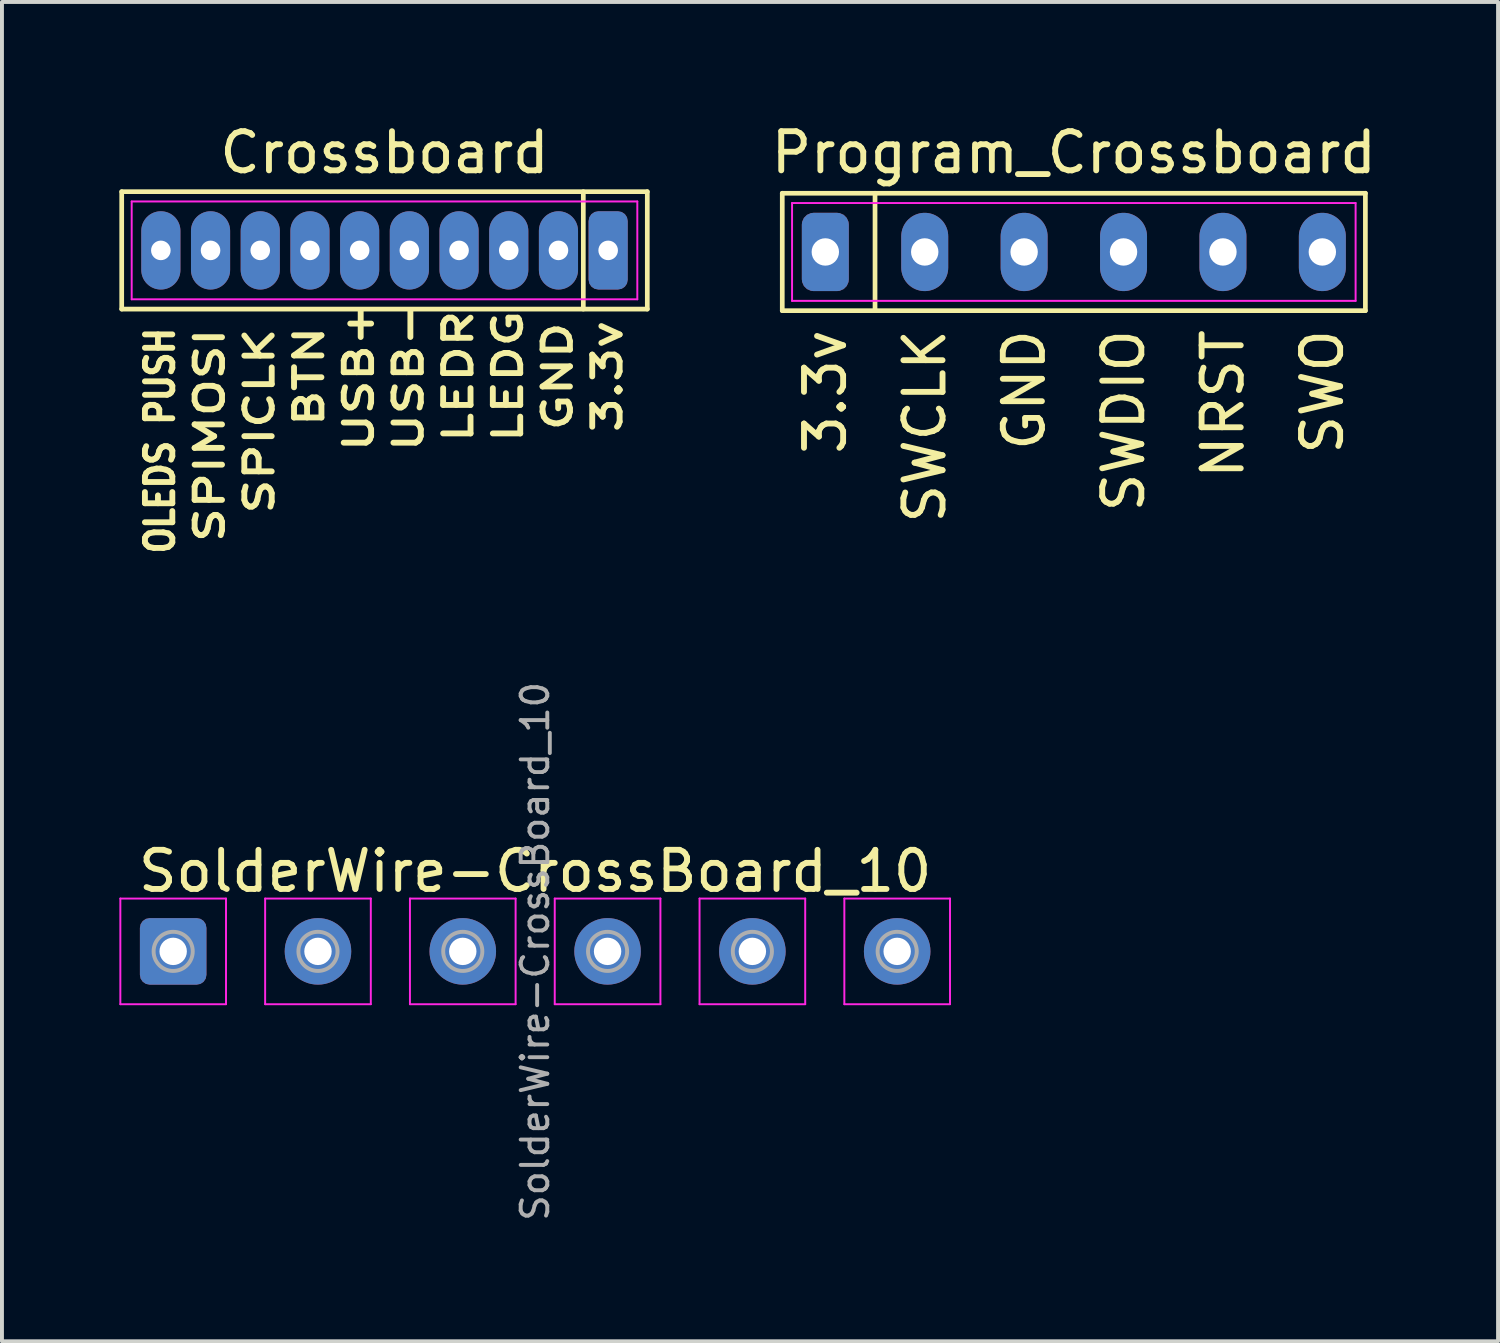
<source format=kicad_pcb>
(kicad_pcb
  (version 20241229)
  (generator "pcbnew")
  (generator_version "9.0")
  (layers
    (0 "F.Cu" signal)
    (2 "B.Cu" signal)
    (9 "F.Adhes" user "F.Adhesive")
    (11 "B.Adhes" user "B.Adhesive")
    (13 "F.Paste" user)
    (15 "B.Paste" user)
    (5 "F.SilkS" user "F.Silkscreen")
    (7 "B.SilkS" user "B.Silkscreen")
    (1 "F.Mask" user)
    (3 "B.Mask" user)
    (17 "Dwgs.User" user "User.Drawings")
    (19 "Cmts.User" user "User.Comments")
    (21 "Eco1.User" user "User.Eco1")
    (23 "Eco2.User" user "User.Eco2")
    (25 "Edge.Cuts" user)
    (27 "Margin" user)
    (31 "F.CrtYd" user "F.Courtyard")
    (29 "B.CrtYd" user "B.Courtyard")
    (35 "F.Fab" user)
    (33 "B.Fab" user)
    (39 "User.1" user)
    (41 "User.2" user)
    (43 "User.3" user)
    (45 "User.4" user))
  (footprint "Program_Crossboard"
    (layer "F.Cu")
    (at 24.389 3.388)
    (property "Reference" "Program_Crossboard" (at 0 -2.54 0) (layer "F.SilkS") (effects (font (size 1 1) (thickness 0.15))))
    (attr through_hole)
    (fp_line (start -7.45 -1.5) (end 7.45 -1.5) (stroke (width 0.12) (type solid)) (layer "F.SilkS"))
    (fp_line (start -7.45 1.5) (end -7.45 -1.5) (stroke (width 0.12) (type solid)) (layer "F.SilkS"))
    (fp_line (start -5.08 -1.5) (end -5.08 1.5) (stroke (width 0.12) (type solid)) (layer "F.SilkS"))
    (fp_line (start 7.45 -1.5) (end 7.45 1.5) (stroke (width 0.12) (type solid)) (layer "F.SilkS"))
    (fp_line (start 7.45 1.5) (end -7.45 1.5) (stroke (width 0.12) (type solid)) (layer "F.SilkS"))
    (fp_line (start -7.2 -1.25) (end 7.2 -1.25) (stroke (width 0.05) (type solid)) (layer "F.CrtYd"))
    (fp_line (start -7.2 1.25) (end -7.2 -1.25) (stroke (width 0.05) (type solid)) (layer "F.CrtYd"))
    (fp_line (start 7.2 -1.25) (end 7.2 1.25) (stroke (width 0.05) (type solid)) (layer "F.CrtYd"))
    (fp_line (start 7.2 1.25) (end -7.2 1.25) (stroke (width 0.05) (type solid)) (layer "F.CrtYd"))
    (fp_text user "GND" (at -1.27 1.905 90) (layer "F.SilkS") (effects (font (size 1 1) (thickness 0.15)) (justify right)))
    (fp_text user "SWCLK" (at -3.81 1.905 90) (layer "F.SilkS") (effects (font (size 1 1) (thickness 0.15)) (justify right)))
    (fp_text user "SWDIO" (at 1.27 1.905 90) (layer "F.SilkS") (effects (font (size 1 1) (thickness 0.15)) (justify right)))
    (fp_text user "SWO" (at 6.35 1.905 90) (layer "F.SilkS") (effects (font (size 1 1) (thickness 0.15)) (justify right)))
    (fp_text user "NRST" (at 3.81 1.905 90) (layer "F.SilkS") (effects (font (size 1 1) (thickness 0.15)) (justify right)))
    (fp_text user "3.3v" (at -6.35 1.905 90) (layer "F.SilkS") (effects (font (size 1 1) (thickness 0.15)) (justify right)))
    (pad "1" thru_hole roundrect (at -6.35 0) (size 1.2 2) (drill 0.7) (layers "*.Cu" "*.Mask") (roundrect_rratio 0.25))
    (pad "2" thru_hole oval (at -3.81 0) (size 1.2 2) (drill 0.7) (layers "*.Cu" "*.Mask"))
    (pad "3" thru_hole oval (at -1.27 0) (size 1.2 2) (drill 0.7) (layers "*.Cu" "*.Mask"))
    (pad "4" thru_hole oval (at 1.27 0) (size 1.2 2) (drill 0.7) (layers "*.Cu" "*.Mask"))
    (pad "5" thru_hole oval (at 3.81 0) (size 1.2 2) (drill 0.7) (layers "*.Cu" "*.Mask"))
    (pad "6" thru_hole oval (at 6.35 0) (size 1.2 2) (drill 0.7) (layers "*.Cu" "*.Mask")))
  (footprint "Crossboard"
    (layer "F.Cu")
    (at 12.492 3.348)
    (property "Reference" "Crossboard" (at -5.717 -2.5 180) (layer "F.SilkS") (effects (font (size 1 1) (thickness 0.15))))
    (attr through_hole)
    (fp_line (start -12.432 -1.5) (end 0.998 -1.5) (stroke (width 0.12) (type solid)) (layer "F.SilkS"))
    (fp_line (start -12.432 1.5) (end -12.432 -1.5) (stroke (width 0.12) (type solid)) (layer "F.SilkS"))
    (fp_line (start -0.637 1.5) (end -0.637 -1.5) (stroke (width 0.12) (type solid)) (layer "F.SilkS"))
    (fp_line (start 0.998 -1.5) (end 0.998 1.5) (stroke (width 0.12) (type solid)) (layer "F.SilkS"))
    (fp_line (start 0.998 1.5) (end -12.432 1.5) (stroke (width 0.12) (type solid)) (layer "F.SilkS"))
    (fp_line (start -12.177 -1.25) (end 0.743 -1.25) (stroke (width 0.05) (type solid)) (layer "F.CrtYd"))
    (fp_line (start -12.177 1.25) (end -12.177 -1.25) (stroke (width 0.05) (type solid)) (layer "F.CrtYd"))
    (fp_line (start 0.743 -1.25) (end 0.743 1.25) (stroke (width 0.05) (type solid)) (layer "F.CrtYd"))
    (fp_line (start 0.743 1.25) (end -12.177 1.25) (stroke (width 0.05) (type solid)) (layer "F.CrtYd"))
    (fp_text user "LEDR" (at -3.835 3.22 90) (layer "F.SilkS") (effects (font (size 0.7 0.9) (thickness 0.15))))
    (fp_text user "BTN" (at -7.645 3.22 90) (layer "F.SilkS") (effects (font (size 0.7 0.9) (thickness 0.15))))
    (fp_text user "SPICLK" (at -8.915 1.905 90) (layer "F.SilkS") (effects (font (size 0.7 0.9) (thickness 0.15)) (justify right)))
    (fp_text user "3.3v" (at -0.025 3.22 90) (layer "F.SilkS") (effects (font (size 0.7 0.9) (thickness 0.15))))
    (fp_text user "OLEDS PUSH" (at -11.455 1.905 90) (layer "F.SilkS") (effects (font (size 0.7 0.6) (thickness 0.15)) (justify right)))
    (fp_text user "USB+" (at -6.375 3.22 90) (layer "F.SilkS") (effects (font (size 0.7 0.9) (thickness 0.15))))
    (fp_text user "USB-" (at -5.105 3.22 90) (layer "F.SilkS") (effects (font (size 0.7 0.9) (thickness 0.15))))
    (fp_text user "LEDG" (at -2.565 3.22 90) (layer "F.SilkS") (effects (font (size 0.7 0.9) (thickness 0.15))))
    (fp_text user "SPIMOSI" (at -10.185 1.905 90) (layer "F.SilkS") (effects (font (size 0.7 0.9) (thickness 0.15)) (justify right)))
    (fp_text user "GND" (at -1.295 3.22 90) (layer "F.SilkS") (effects (font (size 0.7 0.9) (thickness 0.15))))
    (pad "1" thru_hole roundrect (at -0.002 0 180) (size 1 2) (drill 0.5) (layers "*.Cu" "*.Mask") (roundrect_rratio 0.25))
    (pad "2" thru_hole oval (at -1.272 0 180) (size 1 2) (drill 0.5) (layers "*.Cu" "*.Mask"))
    (pad "3" thru_hole oval (at -2.542 0 180) (size 1 2) (drill 0.5) (layers "*.Cu" "*.Mask"))
    (pad "4" thru_hole oval (at -3.812 0 180) (size 1 2) (drill 0.5) (layers "*.Cu" "*.Mask"))
    (pad "5" thru_hole oval (at -5.082 0 180) (size 1 2) (drill 0.5) (layers "*.Cu" "*.Mask"))
    (pad "6" thru_hole oval (at -6.352 0 180) (size 1 2) (drill 0.5) (layers "*.Cu" "*.Mask"))
    (pad "7" thru_hole oval (at -7.622 0 180) (size 1 2) (drill 0.5) (layers "*.Cu" "*.Mask"))
    (pad "8" thru_hole oval (at -8.892 0 180) (size 1 2) (drill 0.5) (layers "*.Cu" "*.Mask"))
    (pad "9" thru_hole oval (at -10.162 0 180) (size 1 2) (drill 0.5) (layers "*.Cu" "*.Mask"))
    (pad "10" thru_hole oval (at -11.432 0 180) (size 1 2) (drill 0.5) (layers "*.Cu" "*.Mask")))
  (footprint "SolderWire-CrossBoard_10"
    (layer "F.Cu")
    (at 1.375 21.26)
    (property "Reference" "SolderWire-CrossBoard_10" (at 9.25 -2.05 0) (layer "F.SilkS") (effects (font (size 1 1) (thickness 0.15))))
    (attr exclude_from_pos_files exclude_from_bom)
    (fp_line (start -1.35 -1.35) (end -1.35 1.35) (stroke (width 0.05) (type solid)) (layer "F.CrtYd"))
    (fp_line (start -1.35 1.35) (end 1.35 1.35) (stroke (width 0.05) (type solid)) (layer "F.CrtYd"))
    (fp_line (start 1.35 -1.35) (end -1.35 -1.35) (stroke (width 0.05) (type solid)) (layer "F.CrtYd"))
    (fp_line (start 1.35 1.35) (end 1.35 -1.35) (stroke (width 0.05) (type solid)) (layer "F.CrtYd"))
    (fp_line (start 2.35 -1.35) (end 2.35 1.35) (stroke (width 0.05) (type solid)) (layer "F.CrtYd"))
    (fp_line (start 2.35 1.35) (end 5.05 1.35) (stroke (width 0.05) (type solid)) (layer "F.CrtYd"))
    (fp_line (start 5.05 -1.35) (end 2.35 -1.35) (stroke (width 0.05) (type solid)) (layer "F.CrtYd"))
    (fp_line (start 5.05 1.35) (end 5.05 -1.35) (stroke (width 0.05) (type solid)) (layer "F.CrtYd"))
    (fp_line (start 6.05 -1.35) (end 6.05 1.35) (stroke (width 0.05) (type solid)) (layer "F.CrtYd"))
    (fp_line (start 6.05 1.35) (end 8.75 1.35) (stroke (width 0.05) (type solid)) (layer "F.CrtYd"))
    (fp_line (start 8.75 -1.35) (end 6.05 -1.35) (stroke (width 0.05) (type solid)) (layer "F.CrtYd"))
    (fp_line (start 8.75 1.35) (end 8.75 -1.35) (stroke (width 0.05) (type solid)) (layer "F.CrtYd"))
    (fp_line (start 9.75 -1.35) (end 9.75 1.35) (stroke (width 0.05) (type solid)) (layer "F.CrtYd"))
    (fp_line (start 9.75 1.35) (end 12.45 1.35) (stroke (width 0.05) (type solid)) (layer "F.CrtYd"))
    (fp_line (start 12.45 -1.35) (end 9.75 -1.35) (stroke (width 0.05) (type solid)) (layer "F.CrtYd"))
    (fp_line (start 12.45 1.35) (end 12.45 -1.35) (stroke (width 0.05) (type solid)) (layer "F.CrtYd"))
    (fp_line (start 13.45 -1.35) (end 13.45 1.35) (stroke (width 0.05) (type solid)) (layer "F.CrtYd"))
    (fp_line (start 13.45 1.35) (end 16.15 1.35) (stroke (width 0.05) (type solid)) (layer "F.CrtYd"))
    (fp_line (start 16.15 -1.35) (end 13.45 -1.35) (stroke (width 0.05) (type solid)) (layer "F.CrtYd"))
    (fp_line (start 16.15 1.35) (end 16.15 -1.35) (stroke (width 0.05) (type solid)) (layer "F.CrtYd"))
    (fp_line (start 17.15 -1.35) (end 17.15 1.35) (stroke (width 0.05) (type solid)) (layer "F.CrtYd"))
    (fp_line (start 17.15 1.35) (end 19.85 1.35) (stroke (width 0.05) (type solid)) (layer "F.CrtYd"))
    (fp_line (start 19.85 -1.35) (end 17.15 -1.35) (stroke (width 0.05) (type solid)) (layer "F.CrtYd"))
    (fp_line (start 19.85 1.35) (end 19.85 -1.35) (stroke (width 0.05) (type solid)) (layer "F.CrtYd"))
    (fp_circle (center 0 0) (end 0.5 0) (stroke (width 0.1) (type solid)) (fill no) (layer "F.Fab"))
    (fp_circle (center 3.7 0) (end 4.2 0) (stroke (width 0.1) (type solid)) (fill no) (layer "F.Fab"))
    (fp_circle (center 7.4 0) (end 7.9 0) (stroke (width 0.1) (type solid)) (fill no) (layer "F.Fab"))
    (fp_circle (center 11.1 0) (end 11.6 0) (stroke (width 0.1) (type solid)) (fill no) (layer "F.Fab"))
    (fp_circle (center 14.8 0) (end 15.3 0) (stroke (width 0.1) (type solid)) (fill no) (layer "F.Fab"))
    (fp_circle (center 18.5 0) (end 19 0) (stroke (width 0.1) (type solid)) (fill no) (layer "F.Fab"))
    (fp_text user "${REFERENCE}" (at 9.25 0 90) (layer "F.Fab") (effects (font (size 0.68 0.68) (thickness 0.1))))
    (pad "1" thru_hole roundrect (at 0 0) (size 1.7 1.7) (drill 0.7) (layers "*.Cu" "*.Mask") (roundrect_rratio 0.147))
    (pad "2" thru_hole circle (at 3.7 0) (size 1.7 1.7) (drill 0.7) (layers "*.Cu" "*.Mask"))
    (pad "3" thru_hole circle (at 7.4 0) (size 1.7 1.7) (drill 0.7) (layers "*.Cu" "*.Mask"))
    (pad "4" thru_hole circle (at 11.1 0) (size 1.7 1.7) (drill 0.7) (layers "*.Cu" "*.Mask"))
    (pad "5" thru_hole circle (at 14.8 0) (size 1.7 1.7) (drill 0.7) (layers "*.Cu" "*.Mask"))
    (pad "6" thru_hole circle (at 18.5 0) (size 1.7 1.7) (drill 0.7) (layers "*.Cu" "*.Mask")))
  (gr_rect
    (start -3 -3)
    (end 35.229 31.223)
    (stroke (width 0.1) (type default))
    (fill no)
    (layer "Edge.Cuts")))
</source>
